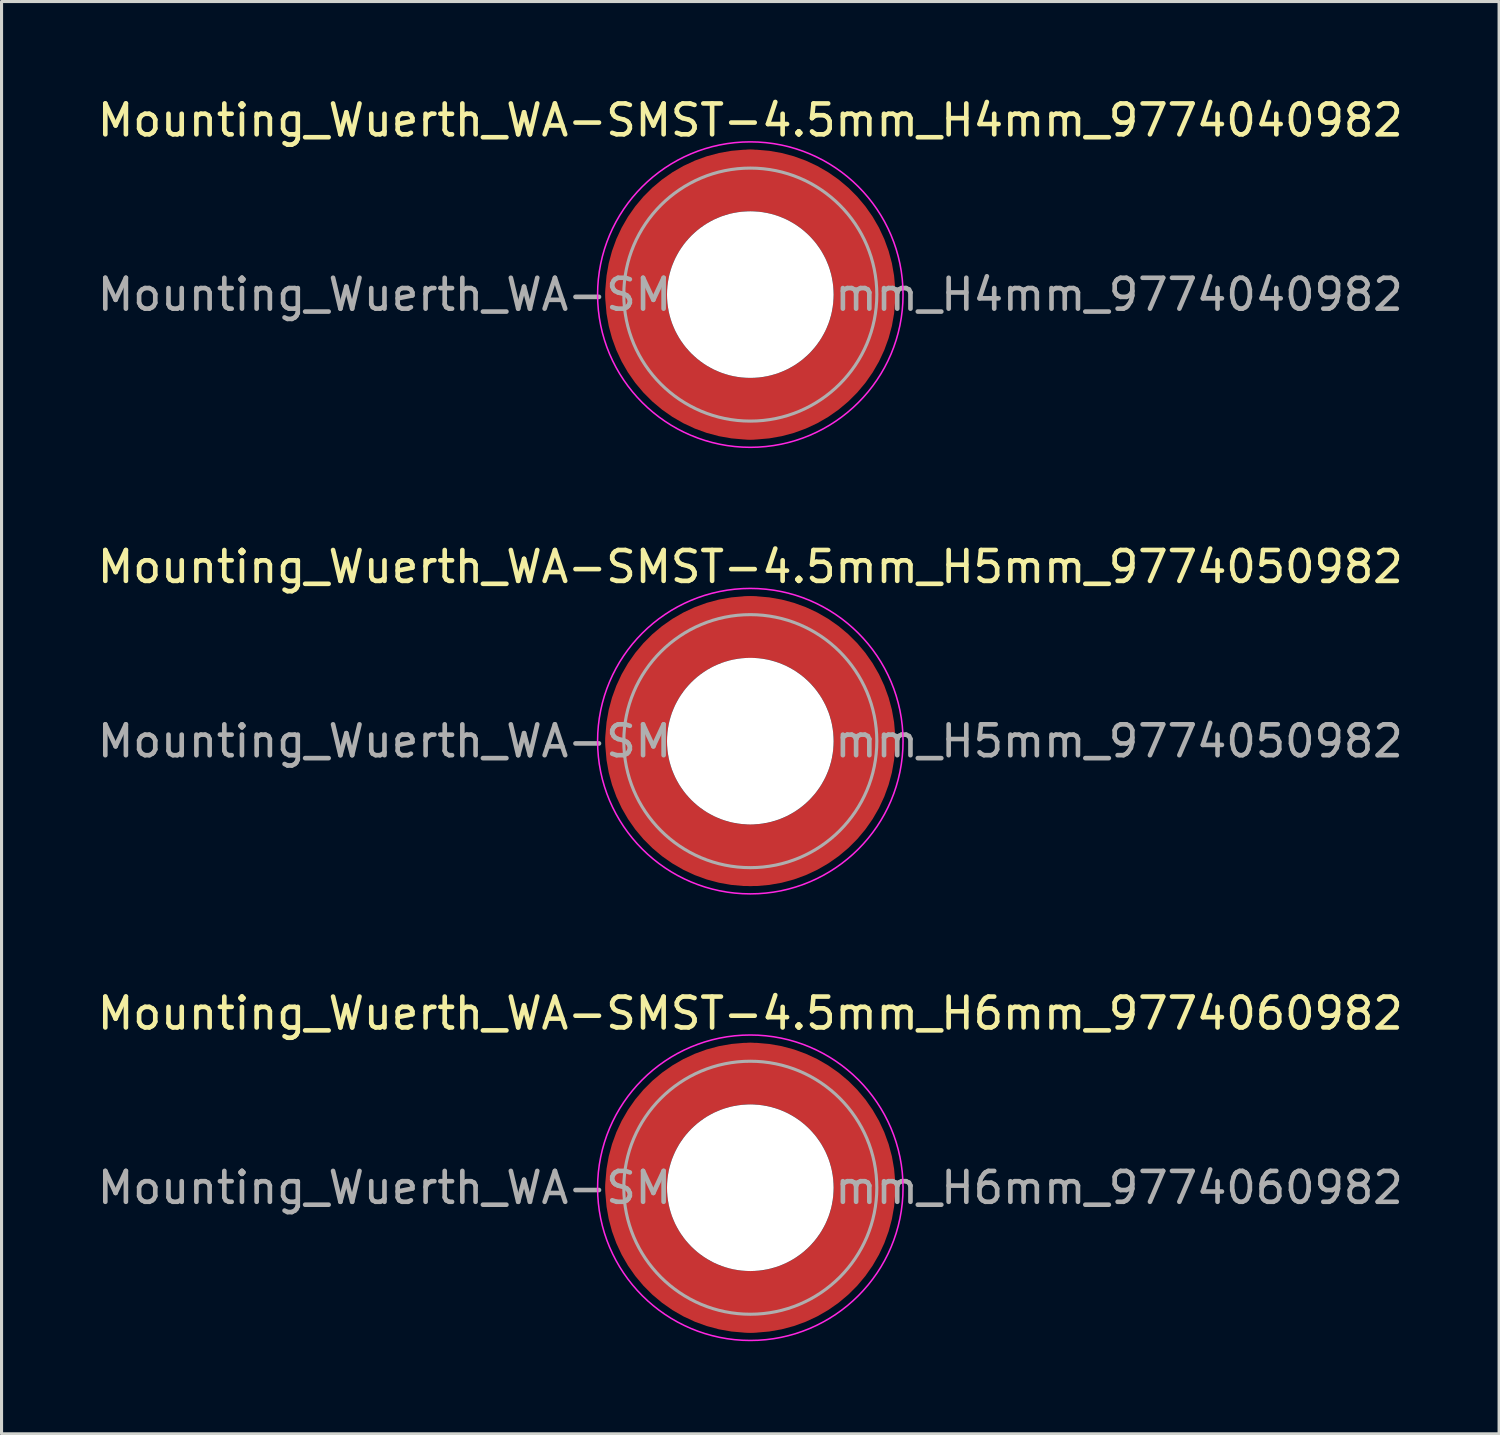
<source format=kicad_pcb>
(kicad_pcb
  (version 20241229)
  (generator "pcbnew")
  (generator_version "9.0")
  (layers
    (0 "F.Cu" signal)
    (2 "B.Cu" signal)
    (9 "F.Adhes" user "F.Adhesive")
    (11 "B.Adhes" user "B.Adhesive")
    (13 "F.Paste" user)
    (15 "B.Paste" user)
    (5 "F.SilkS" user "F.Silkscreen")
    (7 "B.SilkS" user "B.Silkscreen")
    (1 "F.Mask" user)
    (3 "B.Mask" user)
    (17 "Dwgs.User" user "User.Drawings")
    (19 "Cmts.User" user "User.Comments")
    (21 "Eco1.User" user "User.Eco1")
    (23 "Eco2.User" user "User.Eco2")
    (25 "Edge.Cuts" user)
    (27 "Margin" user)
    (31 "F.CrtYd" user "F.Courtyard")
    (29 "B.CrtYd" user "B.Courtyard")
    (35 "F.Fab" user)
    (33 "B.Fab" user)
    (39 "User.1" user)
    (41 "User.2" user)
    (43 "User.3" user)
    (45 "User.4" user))
  (footprint "Mounting_Wuerth_WA-SMST-4.5mm_H5mm_9774050982"
    (layer "F.Cu")
    (at 21.268 20.971)
    (property "Reference" "Mounting_Wuerth_WA-SMST-4.5mm_H5mm_9774050982" (at 0 -5.65 0) (layer "F.SilkS") (effects (font (size 1 1) (thickness 0.15))))
    (attr smd)
    (fp_circle (center 0 0) (end 4.95 0) (stroke (width 0.05) (type solid)) (fill no) (layer "F.CrtYd"))
    (fp_circle (center 0 0) (end 4.1 0) (stroke (width 0.1) (type solid)) (fill no) (layer "F.Fab"))
    (fp_text user "${REFERENCE}" (at 0 0 0) (layer "F.Fab") (effects (font (size 1 1) (thickness 0.15))))
    (pad "" smd custom (at -2.607 -2.607) (size 1.895 1.895) (layers "F.Paste") (options (anchor circle)) (primitives (gr_arc (start -0.485237 1.733706) (mid 0.334992 0.334992) (end 1.733706 -0.485237) (width 0.9475)) (gr_arc (start -0.975031 1.733706) (mid 0 0) (end 1.733706 -0.975031) (width 0.9475)) (gr_arc (start -1.461028 1.733706) (mid -0.334992 -0.334992) (end 1.733706 -1.461028) (width 0.9475)) (gr_line (start 1.734 -0.485) (end 1.734 -1.461) (width 0.948)) (gr_line (start -0.485 1.734) (end -1.461 1.734) (width 0.948))))
    (pad "" smd custom (at -2.607 2.607) (size 1.895 1.895) (layers "F.Paste") (options (anchor circle)) (primitives (gr_arc (start 1.733706 0.485237) (mid 0.334992 -0.334992) (end -0.485237 -1.733706) (width 0.9475)) (gr_arc (start 1.733706 0.975031) (mid 0 0) (end -0.975031 -1.733706) (width 0.9475)) (gr_arc (start 1.733706 1.461028) (mid -0.334992 0.334992) (end -1.461028 -1.733706) (width 0.9475)) (gr_line (start -0.485 -1.734) (end -1.461 -1.734) (width 0.948)) (gr_line (start 1.734 0.485) (end 1.734 1.461) (width 0.948))))
    (pad "" np_thru_hole circle (at 0 0) (size 5.4 5.4) (drill 5.4) (layers "*.Cu" "*.Mask"))
    (pad "" smd custom (at 2.607 -2.607) (size 1.895 1.895) (layers "F.Paste") (options (anchor circle)) (primitives (gr_arc (start -1.733706 -0.485237) (mid -0.334992 0.334992) (end 0.485237 1.733706) (width 0.9475)) (gr_arc (start -1.733706 -0.975031) (mid 0 0) (end 0.975031 1.733706) (width 0.9475)) (gr_arc (start -1.733706 -1.461028) (mid 0.334992 -0.334992) (end 1.461028 1.733706) (width 0.9475)) (gr_line (start 0.485 1.734) (end 1.461 1.734) (width 0.948)) (gr_line (start -1.734 -0.485) (end -1.734 -1.461) (width 0.948))))
    (pad "" smd custom (at 2.607 2.607) (size 1.895 1.895) (layers "F.Paste") (options (anchor circle)) (primitives (gr_arc (start 0.485237 -1.733706) (mid -0.334992 -0.334992) (end -1.733706 0.485237) (width 0.9475)) (gr_arc (start 0.975031 -1.733706) (mid 0 0) (end -1.733706 0.975031) (width 0.9475)) (gr_arc (start 1.461028 -1.733706) (mid 0.334992 0.334992) (end -1.733706 1.461028) (width 0.9475)) (gr_line (start -1.734 0.485) (end -1.734 1.461) (width 0.948)) (gr_line (start 0.485 -1.734) (end 1.461 -1.734) (width 0.948))))
    (pad "1" smd circle (at -3.7 0) (size 2 2) (layers "F.Cu"))
    (pad "1" smd circle (at 0 -3.7) (size 2 2) (layers "F.Cu"))
    (pad "1" smd circle (at 0 3.7) (size 2 2) (layers "F.Cu"))
    (pad "1" smd custom (at 3.7 0) (size 2 2) (layers "F.Cu" "F.Mask") (options (anchor circle)) (primitives (gr_circle (center -3.7 0) (end 0 0) (width 2) (fill no)))))
  (footprint "Mounting_Wuerth_WA-SMST-4.5mm_H4mm_9774040982"
    (layer "F.Cu")
    (at 21.268 6.498)
    (property "Reference" "Mounting_Wuerth_WA-SMST-4.5mm_H4mm_9774040982" (at 0 -5.65 0) (layer "F.SilkS") (effects (font (size 1 1) (thickness 0.15))))
    (attr smd)
    (fp_circle (center 0 0) (end 4.95 0) (stroke (width 0.05) (type solid)) (fill no) (layer "F.CrtYd"))
    (fp_circle (center 0 0) (end 4.1 0) (stroke (width 0.1) (type solid)) (fill no) (layer "F.Fab"))
    (fp_text user "${REFERENCE}" (at 0 0 0) (layer "F.Fab") (effects (font (size 1 1) (thickness 0.15))))
    (pad "" smd custom (at -2.607 -2.607) (size 1.895 1.895) (layers "F.Paste") (options (anchor circle)) (primitives (gr_arc (start -0.188183 2.107456) (mid 0.599273 0.599273) (end 2.107456 -0.188183) (width 0.2)) (gr_arc (start -0.289416 2.107456) (mid 0.52877 0.52877) (end 2.107456 -0.289416) (width 0.2)) (gr_arc (start -0.390547 2.107456) (mid 0.458268 0.458268) (end 2.107456 -0.390547) (width 0.2)) (gr_arc (start -0.491585 2.107456) (mid 0.387765 0.387765) (end 2.107456 -0.491585) (width 0.2)) (gr_arc (start -0.59254 2.107456) (mid 0.317262 0.317262) (end 2.107456 -0.59254) (width 0.2)) (gr_arc (start -0.693419 2.107456) (mid 0.24676 0.24676) (end 2.107456 -0.693419) (width 0.2)) (gr_arc (start -0.794229 2.107456) (mid 0.176257 0.176257) (end 2.107456 -0.794229) (width 0.2)) (gr_arc (start -0.894975 2.107456) (mid 0.105754 0.105754) (end 2.107456 -0.894975) (width 0.2)) (gr_arc (start -0.995664 2.107456) (mid 0.035251 0.035251) (end 2.107456 -0.995664) (width 0.2)) (gr_arc (start -1.0963 2.107456) (mid -0.035252 -0.035252) (end 2.107456 -1.0963) (width 0.2)) (gr_arc (start -1.196886 2.107456) (mid -0.105754 -0.105754) (end 2.107456 -1.196886) (width 0.2)) (gr_arc (start -1.297427 2.107456) (mid -0.176257 -0.176257) (end 2.107456 -1.297427) (width 0.2)) (gr_arc (start -1.397927 2.107456) (mid -0.24676 -0.24676) (end 2.107456 -1.397927) (width 0.2)) (gr_arc (start -1.498388 2.107456) (mid -0.317262 -0.317262) (end 2.107456 -1.498388) (width 0.2)) (gr_arc (start -1.598813 2.107456) (mid -0.387765 -0.387765) (end 2.107456 -1.598813) (width 0.2)) (gr_arc (start -1.699204 2.107456) (mid -0.458267 -0.458267) (end 2.107456 -1.699204) (width 0.2)) (gr_arc (start -1.799565 2.107456) (mid -0.528771 -0.528771) (end 2.107456 -1.799565) (width 0.2)) (gr_arc (start -1.899896 2.107456) (mid -0.599273 -0.599273) (end 2.107456 -1.899896) (width 0.2)) (gr_arc (start -1.899896 2.107456) (mid -0.599273 -0.599273) (end 2.107456 -1.899896) (width 0.2)) (gr_line (start 2.107 -0.188) (end 2.107 -1.9) (width 0.2)) (gr_line (start -0.188 2.107) (end -1.9 2.107) (width 0.2))))
    (pad "" smd custom (at -2.607 2.607) (size 1.895 1.895) (layers "F.Paste") (options (anchor circle)) (primitives (gr_arc (start 2.107456 0.188183) (mid 0.599273 -0.599273) (end -0.188183 -2.107456) (width 0.2)) (gr_arc (start 2.107456 0.289416) (mid 0.52877 -0.52877) (end -0.289416 -2.107456) (width 0.2)) (gr_arc (start 2.107456 0.390547) (mid 0.458268 -0.458268) (end -0.390547 -2.107456) (width 0.2)) (gr_arc (start 2.107456 0.491585) (mid 0.387765 -0.387765) (end -0.491585 -2.107456) (width 0.2)) (gr_arc (start 2.107456 0.59254) (mid 0.317262 -0.317262) (end -0.59254 -2.107456) (width 0.2)) (gr_arc (start 2.107456 0.693419) (mid 0.24676 -0.24676) (end -0.693419 -2.107456) (width 0.2)) (gr_arc (start 2.107456 0.794229) (mid 0.176257 -0.176257) (end -0.794229 -2.107456) (width 0.2)) (gr_arc (start 2.107456 0.894975) (mid 0.105754 -0.105754) (end -0.894975 -2.107456) (width 0.2)) (gr_arc (start 2.107456 0.995664) (mid 0.035251 -0.035251) (end -0.995664 -2.107456) (width 0.2)) (gr_arc (start 2.107456 1.0963) (mid -0.035252 0.035252) (end -1.0963 -2.107456) (width 0.2)) (gr_arc (start 2.107456 1.196886) (mid -0.105754 0.105754) (end -1.196886 -2.107456) (width 0.2)) (gr_arc (start 2.107456 1.297427) (mid -0.176257 0.176257) (end -1.297427 -2.107456) (width 0.2)) (gr_arc (start 2.107456 1.397927) (mid -0.24676 0.24676) (end -1.397927 -2.107456) (width 0.2)) (gr_arc (start 2.107456 1.498388) (mid -0.317262 0.317262) (end -1.498388 -2.107456) (width 0.2)) (gr_arc (start 2.107456 1.598813) (mid -0.387765 0.387765) (end -1.598813 -2.107456) (width 0.2)) (gr_arc (start 2.107456 1.699204) (mid -0.458267 0.458267) (end -1.699204 -2.107456) (width 0.2)) (gr_arc (start 2.107456 1.799565) (mid -0.528771 0.528771) (end -1.799565 -2.107456) (width 0.2)) (gr_arc (start 2.107456 1.899896) (mid -0.599273 0.599273) (end -1.899896 -2.107456) (width 0.2)) (gr_arc (start 2.107456 1.899896) (mid -0.599273 0.599273) (end -1.899896 -2.107456) (width 0.2)) (gr_line (start -0.188 -2.107) (end -1.9 -2.107) (width 0.2)) (gr_line (start 2.107 0.188) (end 2.107 1.9) (width 0.2))))
    (pad "" np_thru_hole circle (at 0 0) (size 5.4 5.4) (drill 5.4) (layers "*.Cu" "*.Mask"))
    (pad "" smd custom (at 2.607 -2.607) (size 1.895 1.895) (layers "F.Paste") (options (anchor circle)) (primitives (gr_arc (start -2.107456 -0.188183) (mid -0.599273 0.599273) (end 0.188183 2.107456) (width 0.2)) (gr_arc (start -2.107456 -0.289416) (mid -0.52877 0.52877) (end 0.289416 2.107456) (width 0.2)) (gr_arc (start -2.107456 -0.390547) (mid -0.458268 0.458268) (end 0.390547 2.107456) (width 0.2)) (gr_arc (start -2.107456 -0.491585) (mid -0.387765 0.387765) (end 0.491585 2.107456) (width 0.2)) (gr_arc (start -2.107456 -0.59254) (mid -0.317262 0.317262) (end 0.59254 2.107456) (width 0.2)) (gr_arc (start -2.107456 -0.693419) (mid -0.24676 0.24676) (end 0.693419 2.107456) (width 0.2)) (gr_arc (start -2.107456 -0.794229) (mid -0.176257 0.176257) (end 0.794229 2.107456) (width 0.2)) (gr_arc (start -2.107456 -0.894975) (mid -0.105754 0.105754) (end 0.894975 2.107456) (width 0.2)) (gr_arc (start -2.107456 -0.995664) (mid -0.035251 0.035251) (end 0.995664 2.107456) (width 0.2)) (gr_arc (start -2.107456 -1.0963) (mid 0.035252 -0.035252) (end 1.0963 2.107456) (width 0.2)) (gr_arc (start -2.107456 -1.196886) (mid 0.105754 -0.105754) (end 1.196886 2.107456) (width 0.2)) (gr_arc (start -2.107456 -1.297427) (mid 0.176257 -0.176257) (end 1.297427 2.107456) (width 0.2)) (gr_arc (start -2.107456 -1.397927) (mid 0.24676 -0.24676) (end 1.397927 2.107456) (width 0.2)) (gr_arc (start -2.107456 -1.498388) (mid 0.317262 -0.317262) (end 1.498388 2.107456) (width 0.2)) (gr_arc (start -2.107456 -1.598813) (mid 0.387765 -0.387765) (end 1.598813 2.107456) (width 0.2)) (gr_arc (start -2.107456 -1.699204) (mid 0.458267 -0.458267) (end 1.699204 2.107456) (width 0.2)) (gr_arc (start -2.107456 -1.799565) (mid 0.528771 -0.528771) (end 1.799565 2.107456) (width 0.2)) (gr_arc (start -2.107456 -1.899896) (mid 0.599273 -0.599273) (end 1.899896 2.107456) (width 0.2)) (gr_arc (start -2.107456 -1.899896) (mid 0.599273 -0.599273) (end 1.899896 2.107456) (width 0.2)) (gr_line (start 0.188 2.107) (end 1.9 2.107) (width 0.2)) (gr_line (start -2.107 -0.188) (end -2.107 -1.9) (width 0.2))))
    (pad "" smd custom (at 2.607 2.607) (size 1.895 1.895) (layers "F.Paste") (options (anchor circle)) (primitives (gr_arc (start 0.188183 -2.107456) (mid -0.599273 -0.599273) (end -2.107456 0.188183) (width 0.2)) (gr_arc (start 0.289416 -2.107456) (mid -0.52877 -0.52877) (end -2.107456 0.289416) (width 0.2)) (gr_arc (start 0.390547 -2.107456) (mid -0.458268 -0.458268) (end -2.107456 0.390547) (width 0.2)) (gr_arc (start 0.491585 -2.107456) (mid -0.387765 -0.387765) (end -2.107456 0.491585) (width 0.2)) (gr_arc (start 0.59254 -2.107456) (mid -0.317262 -0.317262) (end -2.107456 0.59254) (width 0.2)) (gr_arc (start 0.693419 -2.107456) (mid -0.24676 -0.24676) (end -2.107456 0.693419) (width 0.2)) (gr_arc (start 0.794229 -2.107456) (mid -0.176257 -0.176257) (end -2.107456 0.794229) (width 0.2)) (gr_arc (start 0.894975 -2.107456) (mid -0.105754 -0.105754) (end -2.107456 0.894975) (width 0.2)) (gr_arc (start 0.995664 -2.107456) (mid -0.035251 -0.035251) (end -2.107456 0.995664) (width 0.2)) (gr_arc (start 1.0963 -2.107456) (mid 0.035252 0.035252) (end -2.107456 1.0963) (width 0.2)) (gr_arc (start 1.196886 -2.107456) (mid 0.105754 0.105754) (end -2.107456 1.196886) (width 0.2)) (gr_arc (start 1.297427 -2.107456) (mid 0.176257 0.176257) (end -2.107456 1.297427) (width 0.2)) (gr_arc (start 1.397927 -2.107456) (mid 0.24676 0.24676) (end -2.107456 1.397927) (width 0.2)) (gr_arc (start 1.498388 -2.107456) (mid 0.317262 0.317262) (end -2.107456 1.498388) (width 0.2)) (gr_arc (start 1.598813 -2.107456) (mid 0.387765 0.387765) (end -2.107456 1.598813) (width 0.2)) (gr_arc (start 1.699204 -2.107456) (mid 0.458267 0.458267) (end -2.107456 1.699204) (width 0.2)) (gr_arc (start 1.799565 -2.107456) (mid 0.528771 0.528771) (end -2.107456 1.799565) (width 0.2)) (gr_arc (start 1.899896 -2.107456) (mid 0.599273 0.599273) (end -2.107456 1.899896) (width 0.2)) (gr_arc (start 1.899896 -2.107456) (mid 0.599273 0.599273) (end -2.107456 1.899896) (width 0.2)) (gr_line (start -2.107 0.188) (end -2.107 1.9) (width 0.2)) (gr_line (start 0.188 -2.107) (end 1.9 -2.107) (width 0.2))))
    (pad "1" smd circle (at -3.7 0) (size 2 2) (layers "F.Cu"))
    (pad "1" smd circle (at 0 -3.7) (size 2 2) (layers "F.Cu"))
    (pad "1" smd circle (at 0 3.7) (size 2 2) (layers "F.Cu"))
    (pad "1" smd custom (at 3.7 0) (size 2 2) (layers "F.Cu" "F.Mask") (options (anchor circle)) (primitives (gr_circle (center -3.7 0) (end 0 0) (width 2) (fill no)))))
  (footprint "Mounting_Wuerth_WA-SMST-4.5mm_H6mm_9774060982"
    (layer "F.Cu")
    (at 21.268 35.445)
    (property "Reference" "Mounting_Wuerth_WA-SMST-4.5mm_H6mm_9774060982" (at 0 -5.65 0) (layer "F.SilkS") (effects (font (size 1 1) (thickness 0.15))))
    (attr smd)
    (fp_circle (center 0 0) (end 4.95 0) (stroke (width 0.05) (type solid)) (fill no) (layer "F.CrtYd"))
    (fp_circle (center 0 0) (end 4.1 0) (stroke (width 0.1) (type solid)) (fill no) (layer "F.Fab"))
    (fp_text user "${REFERENCE}" (at 0 0 0) (layer "F.Fab") (effects (font (size 1 1) (thickness 0.15))))
    (pad "" smd custom (at -2.607 -2.607) (size 1.895 1.895) (layers "F.Paste") (options (anchor circle)) (primitives (gr_arc (start -0.485237 1.733706) (mid 0.334992 0.334992) (end 1.733706 -0.485237) (width 0.9475)) (gr_arc (start -0.975031 1.733706) (mid 0 0) (end 1.733706 -0.975031) (width 0.9475)) (gr_arc (start -1.461028 1.733706) (mid -0.334992 -0.334992) (end 1.733706 -1.461028) (width 0.9475)) (gr_line (start 1.734 -0.485) (end 1.734 -1.461) (width 0.948)) (gr_line (start -0.485 1.734) (end -1.461 1.734) (width 0.948))))
    (pad "" smd custom (at -2.607 2.607) (size 1.895 1.895) (layers "F.Paste") (options (anchor circle)) (primitives (gr_arc (start 1.733706 0.485237) (mid 0.334992 -0.334992) (end -0.485237 -1.733706) (width 0.9475)) (gr_arc (start 1.733706 0.975031) (mid 0 0) (end -0.975031 -1.733706) (width 0.9475)) (gr_arc (start 1.733706 1.461028) (mid -0.334992 0.334992) (end -1.461028 -1.733706) (width 0.9475)) (gr_line (start -0.485 -1.734) (end -1.461 -1.734) (width 0.948)) (gr_line (start 1.734 0.485) (end 1.734 1.461) (width 0.948))))
    (pad "" np_thru_hole circle (at 0 0) (size 5.4 5.4) (drill 5.4) (layers "*.Cu" "*.Mask"))
    (pad "" smd custom (at 2.607 -2.607) (size 1.895 1.895) (layers "F.Paste") (options (anchor circle)) (primitives (gr_arc (start -1.733706 -0.485237) (mid -0.334992 0.334992) (end 0.485237 1.733706) (width 0.9475)) (gr_arc (start -1.733706 -0.975031) (mid 0 0) (end 0.975031 1.733706) (width 0.9475)) (gr_arc (start -1.733706 -1.461028) (mid 0.334992 -0.334992) (end 1.461028 1.733706) (width 0.9475)) (gr_line (start 0.485 1.734) (end 1.461 1.734) (width 0.948)) (gr_line (start -1.734 -0.485) (end -1.734 -1.461) (width 0.948))))
    (pad "" smd custom (at 2.607 2.607) (size 1.895 1.895) (layers "F.Paste") (options (anchor circle)) (primitives (gr_arc (start 0.485237 -1.733706) (mid -0.334992 -0.334992) (end -1.733706 0.485237) (width 0.9475)) (gr_arc (start 0.975031 -1.733706) (mid 0 0) (end -1.733706 0.975031) (width 0.9475)) (gr_arc (start 1.461028 -1.733706) (mid 0.334992 0.334992) (end -1.733706 1.461028) (width 0.9475)) (gr_line (start -1.734 0.485) (end -1.734 1.461) (width 0.948)) (gr_line (start 0.485 -1.734) (end 1.461 -1.734) (width 0.948))))
    (pad "1" smd circle (at -3.7 0) (size 2 2) (layers "F.Cu"))
    (pad "1" smd circle (at 0 -3.7) (size 2 2) (layers "F.Cu"))
    (pad "1" smd circle (at 0 3.7) (size 2 2) (layers "F.Cu"))
    (pad "1" smd custom (at 3.7 0) (size 2 2) (layers "F.Cu" "F.Mask") (options (anchor circle)) (primitives (gr_circle (center -3.7 0) (end 0 0) (width 2) (fill no)))))
  (gr_rect
    (start -3 -3)
    (end 45.536 43.42)
    (stroke (width 0.1) (type default))
    (fill no)
    (layer "Edge.Cuts")))
</source>
